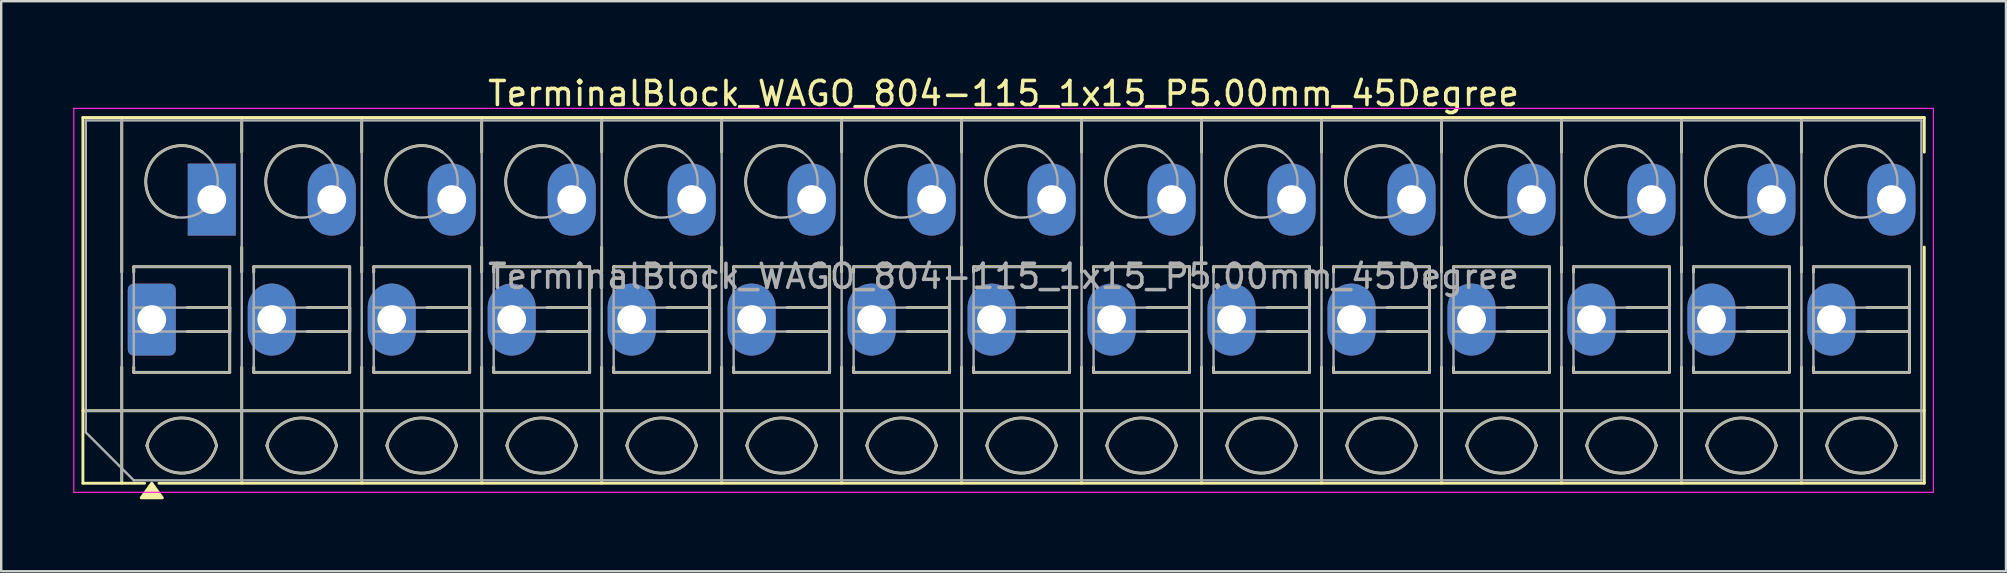
<source format=kicad_pcb>
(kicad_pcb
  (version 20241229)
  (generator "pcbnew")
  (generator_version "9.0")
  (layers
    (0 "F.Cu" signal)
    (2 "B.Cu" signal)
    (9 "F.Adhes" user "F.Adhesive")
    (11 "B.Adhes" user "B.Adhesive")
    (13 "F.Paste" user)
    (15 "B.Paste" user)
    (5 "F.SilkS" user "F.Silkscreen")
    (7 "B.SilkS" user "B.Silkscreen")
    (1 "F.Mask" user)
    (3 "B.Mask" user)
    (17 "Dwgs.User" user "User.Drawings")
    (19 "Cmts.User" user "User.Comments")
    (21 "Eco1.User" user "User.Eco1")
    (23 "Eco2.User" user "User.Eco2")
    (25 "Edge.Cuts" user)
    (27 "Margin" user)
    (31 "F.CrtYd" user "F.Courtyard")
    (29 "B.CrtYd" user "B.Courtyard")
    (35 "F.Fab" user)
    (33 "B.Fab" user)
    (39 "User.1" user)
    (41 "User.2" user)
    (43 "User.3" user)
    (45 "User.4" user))
  (footprint "TerminalBlock_WAGO_804-115_1x15_P5.00mm_45Degree"
    (layer "F.Cu")
    (at 3.275 10.268)
    (property "Reference" "TerminalBlock_WAGO_804-115_1x15_P5.00mm_45Degree" (at 35.5 -9.42 0) (layer "F.SilkS") (effects (font (size 1 1) (thickness 0.15))))
    (attr through_hole)
    (fp_line (start -2.87 -8.42) (end 73.87 -8.42) (stroke (width 0.12) (type solid)) (layer "F.SilkS"))
    (fp_line (start -2.87 3.8) (end 73.87 3.8) (stroke (width 0.12) (type solid)) (layer "F.SilkS"))
    (fp_line (start -2.87 6.82) (end -2.87 -8.42) (stroke (width 0.12) (type solid)) (layer "F.SilkS"))
    (fp_line (start -1.25 -8.42) (end -1.25 -1.98) (stroke (width 0.12) (type solid)) (layer "F.SilkS"))
    (fp_line (start -1.25 1.98) (end -1.25 6.82) (stroke (width 0.12) (type solid)) (layer "F.SilkS"))
    (fp_line (start -0.75 -2.2) (end 3.25 -2.2) (stroke (width 0.12) (type solid)) (layer "F.SilkS"))
    (fp_line (start -0.75 -1.98) (end -0.75 -2.2) (stroke (width 0.12) (type solid)) (layer "F.SilkS"))
    (fp_line (start -0.75 2.2) (end -0.75 1.98) (stroke (width 0.12) (type solid)) (layer "F.SilkS"))
    (fp_line (start -0.3 6.82) (end -2.87 6.82) (stroke (width 0.12) (type solid)) (layer "F.SilkS"))
    (fp_line (start 1.48 -0.5) (end 3.25 -0.5) (stroke (width 0.12) (type solid)) (layer "F.SilkS"))
    (fp_line (start 3.25 -2.2) (end 3.25 2.2) (stroke (width 0.12) (type solid)) (layer "F.SilkS"))
    (fp_line (start 3.25 -0.5) (end 3.25 0.5) (stroke (width 0.12) (type solid)) (layer "F.SilkS"))
    (fp_line (start 3.25 0.5) (end 1.48 0.5) (stroke (width 0.12) (type solid)) (layer "F.SilkS"))
    (fp_line (start 3.25 2.2) (end -0.75 2.2) (stroke (width 0.12) (type solid)) (layer "F.SilkS"))
    (fp_line (start 3.75 -8.42) (end 3.75 -6.98) (stroke (width 0.12) (type solid)) (layer "F.SilkS"))
    (fp_line (start 3.75 -3.02) (end 3.75 -1.98) (stroke (width 0.12) (type solid)) (layer "F.SilkS"))
    (fp_line (start 3.75 1.98) (end 3.75 6.82) (stroke (width 0.12) (type solid)) (layer "F.SilkS"))
    (fp_line (start 4.25 -2.2) (end 8.25 -2.2) (stroke (width 0.12) (type solid)) (layer "F.SilkS"))
    (fp_line (start 4.25 -1.98) (end 4.25 -2.2) (stroke (width 0.12) (type solid)) (layer "F.SilkS"))
    (fp_line (start 4.25 2.2) (end 4.25 1.98) (stroke (width 0.12) (type solid)) (layer "F.SilkS"))
    (fp_line (start 6.48 -0.5) (end 8.25 -0.5) (stroke (width 0.12) (type solid)) (layer "F.SilkS"))
    (fp_line (start 8.25 -2.2) (end 8.25 2.2) (stroke (width 0.12) (type solid)) (layer "F.SilkS"))
    (fp_line (start 8.25 -0.5) (end 8.25 0.5) (stroke (width 0.12) (type solid)) (layer "F.SilkS"))
    (fp_line (start 8.25 0.5) (end 6.48 0.5) (stroke (width 0.12) (type solid)) (layer "F.SilkS"))
    (fp_line (start 8.25 2.2) (end 4.25 2.2) (stroke (width 0.12) (type solid)) (layer "F.SilkS"))
    (fp_line (start 8.75 -8.42) (end 8.75 -6.98) (stroke (width 0.12) (type solid)) (layer "F.SilkS"))
    (fp_line (start 8.75 -3.02) (end 8.75 -1.98) (stroke (width 0.12) (type solid)) (layer "F.SilkS"))
    (fp_line (start 8.75 1.98) (end 8.75 6.82) (stroke (width 0.12) (type solid)) (layer "F.SilkS"))
    (fp_line (start 9.25 -2.2) (end 13.25 -2.2) (stroke (width 0.12) (type solid)) (layer "F.SilkS"))
    (fp_line (start 9.25 -1.98) (end 9.25 -2.2) (stroke (width 0.12) (type solid)) (layer "F.SilkS"))
    (fp_line (start 9.25 2.2) (end 9.25 1.98) (stroke (width 0.12) (type solid)) (layer "F.SilkS"))
    (fp_line (start 11.48 -0.5) (end 13.25 -0.5) (stroke (width 0.12) (type solid)) (layer "F.SilkS"))
    (fp_line (start 13.25 -2.2) (end 13.25 2.2) (stroke (width 0.12) (type solid)) (layer "F.SilkS"))
    (fp_line (start 13.25 -0.5) (end 13.25 0.5) (stroke (width 0.12) (type solid)) (layer "F.SilkS"))
    (fp_line (start 13.25 0.5) (end 11.48 0.5) (stroke (width 0.12) (type solid)) (layer "F.SilkS"))
    (fp_line (start 13.25 2.2) (end 9.25 2.2) (stroke (width 0.12) (type solid)) (layer "F.SilkS"))
    (fp_line (start 13.75 -8.42) (end 13.75 -6.98) (stroke (width 0.12) (type solid)) (layer "F.SilkS"))
    (fp_line (start 13.75 -3.02) (end 13.75 -1.98) (stroke (width 0.12) (type solid)) (layer "F.SilkS"))
    (fp_line (start 13.75 1.98) (end 13.75 6.82) (stroke (width 0.12) (type solid)) (layer "F.SilkS"))
    (fp_line (start 14.25 -2.2) (end 18.25 -2.2) (stroke (width 0.12) (type solid)) (layer "F.SilkS"))
    (fp_line (start 14.25 -1.98) (end 14.25 -2.2) (stroke (width 0.12) (type solid)) (layer "F.SilkS"))
    (fp_line (start 14.25 2.2) (end 14.25 1.98) (stroke (width 0.12) (type solid)) (layer "F.SilkS"))
    (fp_line (start 16.48 -0.5) (end 18.25 -0.5) (stroke (width 0.12) (type solid)) (layer "F.SilkS"))
    (fp_line (start 18.25 -2.2) (end 18.25 2.2) (stroke (width 0.12) (type solid)) (layer "F.SilkS"))
    (fp_line (start 18.25 -0.5) (end 18.25 0.5) (stroke (width 0.12) (type solid)) (layer "F.SilkS"))
    (fp_line (start 18.25 0.5) (end 16.48 0.5) (stroke (width 0.12) (type solid)) (layer "F.SilkS"))
    (fp_line (start 18.25 2.2) (end 14.25 2.2) (stroke (width 0.12) (type solid)) (layer "F.SilkS"))
    (fp_line (start 18.75 -8.42) (end 18.75 -6.98) (stroke (width 0.12) (type solid)) (layer "F.SilkS"))
    (fp_line (start 18.75 -3.02) (end 18.75 -1.98) (stroke (width 0.12) (type solid)) (layer "F.SilkS"))
    (fp_line (start 18.75 1.98) (end 18.75 6.82) (stroke (width 0.12) (type solid)) (layer "F.SilkS"))
    (fp_line (start 19.25 -2.2) (end 23.25 -2.2) (stroke (width 0.12) (type solid)) (layer "F.SilkS"))
    (fp_line (start 19.25 -1.98) (end 19.25 -2.2) (stroke (width 0.12) (type solid)) (layer "F.SilkS"))
    (fp_line (start 19.25 2.2) (end 19.25 1.98) (stroke (width 0.12) (type solid)) (layer "F.SilkS"))
    (fp_line (start 21.48 -0.5) (end 23.25 -0.5) (stroke (width 0.12) (type solid)) (layer "F.SilkS"))
    (fp_line (start 23.25 -2.2) (end 23.25 2.2) (stroke (width 0.12) (type solid)) (layer "F.SilkS"))
    (fp_line (start 23.25 -0.5) (end 23.25 0.5) (stroke (width 0.12) (type solid)) (layer "F.SilkS"))
    (fp_line (start 23.25 0.5) (end 21.48 0.5) (stroke (width 0.12) (type solid)) (layer "F.SilkS"))
    (fp_line (start 23.25 2.2) (end 19.25 2.2) (stroke (width 0.12) (type solid)) (layer "F.SilkS"))
    (fp_line (start 23.75 -8.42) (end 23.75 -6.98) (stroke (width 0.12) (type solid)) (layer "F.SilkS"))
    (fp_line (start 23.75 -3.02) (end 23.75 -1.98) (stroke (width 0.12) (type solid)) (layer "F.SilkS"))
    (fp_line (start 23.75 1.98) (end 23.75 6.82) (stroke (width 0.12) (type solid)) (layer "F.SilkS"))
    (fp_line (start 24.25 -2.2) (end 28.25 -2.2) (stroke (width 0.12) (type solid)) (layer "F.SilkS"))
    (fp_line (start 24.25 -1.98) (end 24.25 -2.2) (stroke (width 0.12) (type solid)) (layer "F.SilkS"))
    (fp_line (start 24.25 2.2) (end 24.25 1.98) (stroke (width 0.12) (type solid)) (layer "F.SilkS"))
    (fp_line (start 26.48 -0.5) (end 28.25 -0.5) (stroke (width 0.12) (type solid)) (layer "F.SilkS"))
    (fp_line (start 28.25 -2.2) (end 28.25 2.2) (stroke (width 0.12) (type solid)) (layer "F.SilkS"))
    (fp_line (start 28.25 -0.5) (end 28.25 0.5) (stroke (width 0.12) (type solid)) (layer "F.SilkS"))
    (fp_line (start 28.25 0.5) (end 26.48 0.5) (stroke (width 0.12) (type solid)) (layer "F.SilkS"))
    (fp_line (start 28.25 2.2) (end 24.25 2.2) (stroke (width 0.12) (type solid)) (layer "F.SilkS"))
    (fp_line (start 28.75 -8.42) (end 28.75 -6.98) (stroke (width 0.12) (type solid)) (layer "F.SilkS"))
    (fp_line (start 28.75 -3.02) (end 28.75 -1.98) (stroke (width 0.12) (type solid)) (layer "F.SilkS"))
    (fp_line (start 28.75 1.98) (end 28.75 6.82) (stroke (width 0.12) (type solid)) (layer "F.SilkS"))
    (fp_line (start 29.25 -2.2) (end 33.25 -2.2) (stroke (width 0.12) (type solid)) (layer "F.SilkS"))
    (fp_line (start 29.25 -1.98) (end 29.25 -2.2) (stroke (width 0.12) (type solid)) (layer "F.SilkS"))
    (fp_line (start 29.25 2.2) (end 29.25 1.98) (stroke (width 0.12) (type solid)) (layer "F.SilkS"))
    (fp_line (start 31.48 -0.5) (end 33.25 -0.5) (stroke (width 0.12) (type solid)) (layer "F.SilkS"))
    (fp_line (start 33.25 -2.2) (end 33.25 2.2) (stroke (width 0.12) (type solid)) (layer "F.SilkS"))
    (fp_line (start 33.25 -0.5) (end 33.25 0.5) (stroke (width 0.12) (type solid)) (layer "F.SilkS"))
    (fp_line (start 33.25 0.5) (end 31.48 0.5) (stroke (width 0.12) (type solid)) (layer "F.SilkS"))
    (fp_line (start 33.25 2.2) (end 29.25 2.2) (stroke (width 0.12) (type solid)) (layer "F.SilkS"))
    (fp_line (start 33.75 -8.42) (end 33.75 -6.98) (stroke (width 0.12) (type solid)) (layer "F.SilkS"))
    (fp_line (start 33.75 -3.02) (end 33.75 -1.98) (stroke (width 0.12) (type solid)) (layer "F.SilkS"))
    (fp_line (start 33.75 1.98) (end 33.75 6.82) (stroke (width 0.12) (type solid)) (layer "F.SilkS"))
    (fp_line (start 34.25 -2.2) (end 38.25 -2.2) (stroke (width 0.12) (type solid)) (layer "F.SilkS"))
    (fp_line (start 34.25 -1.98) (end 34.25 -2.2) (stroke (width 0.12) (type solid)) (layer "F.SilkS"))
    (fp_line (start 34.25 2.2) (end 34.25 1.98) (stroke (width 0.12) (type solid)) (layer "F.SilkS"))
    (fp_line (start 36.48 -0.5) (end 38.25 -0.5) (stroke (width 0.12) (type solid)) (layer "F.SilkS"))
    (fp_line (start 38.25 -2.2) (end 38.25 2.2) (stroke (width 0.12) (type solid)) (layer "F.SilkS"))
    (fp_line (start 38.25 -0.5) (end 38.25 0.5) (stroke (width 0.12) (type solid)) (layer "F.SilkS"))
    (fp_line (start 38.25 0.5) (end 36.48 0.5) (stroke (width 0.12) (type solid)) (layer "F.SilkS"))
    (fp_line (start 38.25 2.2) (end 34.25 2.2) (stroke (width 0.12) (type solid)) (layer "F.SilkS"))
    (fp_line (start 38.75 -8.42) (end 38.75 -6.98) (stroke (width 0.12) (type solid)) (layer "F.SilkS"))
    (fp_line (start 38.75 -3.02) (end 38.75 -1.98) (stroke (width 0.12) (type solid)) (layer "F.SilkS"))
    (fp_line (start 38.75 1.98) (end 38.75 6.82) (stroke (width 0.12) (type solid)) (layer "F.SilkS"))
    (fp_line (start 39.25 -2.2) (end 43.25 -2.2) (stroke (width 0.12) (type solid)) (layer "F.SilkS"))
    (fp_line (start 39.25 -1.98) (end 39.25 -2.2) (stroke (width 0.12) (type solid)) (layer "F.SilkS"))
    (fp_line (start 39.25 2.2) (end 39.25 1.98) (stroke (width 0.12) (type solid)) (layer "F.SilkS"))
    (fp_line (start 41.48 -0.5) (end 43.25 -0.5) (stroke (width 0.12) (type solid)) (layer "F.SilkS"))
    (fp_line (start 43.25 -2.2) (end 43.25 2.2) (stroke (width 0.12) (type solid)) (layer "F.SilkS"))
    (fp_line (start 43.25 -0.5) (end 43.25 0.5) (stroke (width 0.12) (type solid)) (layer "F.SilkS"))
    (fp_line (start 43.25 0.5) (end 41.48 0.5) (stroke (width 0.12) (type solid)) (layer "F.SilkS"))
    (fp_line (start 43.25 2.2) (end 39.25 2.2) (stroke (width 0.12) (type solid)) (layer "F.SilkS"))
    (fp_line (start 43.75 -8.42) (end 43.75 -6.98) (stroke (width 0.12) (type solid)) (layer "F.SilkS"))
    (fp_line (start 43.75 -3.02) (end 43.75 -1.98) (stroke (width 0.12) (type solid)) (layer "F.SilkS"))
    (fp_line (start 43.75 1.98) (end 43.75 6.82) (stroke (width 0.12) (type solid)) (layer "F.SilkS"))
    (fp_line (start 44.25 -2.2) (end 48.25 -2.2) (stroke (width 0.12) (type solid)) (layer "F.SilkS"))
    (fp_line (start 44.25 -1.98) (end 44.25 -2.2) (stroke (width 0.12) (type solid)) (layer "F.SilkS"))
    (fp_line (start 44.25 2.2) (end 44.25 1.98) (stroke (width 0.12) (type solid)) (layer "F.SilkS"))
    (fp_line (start 46.48 -0.5) (end 48.25 -0.5) (stroke (width 0.12) (type solid)) (layer "F.SilkS"))
    (fp_line (start 48.25 -2.2) (end 48.25 2.2) (stroke (width 0.12) (type solid)) (layer "F.SilkS"))
    (fp_line (start 48.25 -0.5) (end 48.25 0.5) (stroke (width 0.12) (type solid)) (layer "F.SilkS"))
    (fp_line (start 48.25 0.5) (end 46.48 0.5) (stroke (width 0.12) (type solid)) (layer "F.SilkS"))
    (fp_line (start 48.25 2.2) (end 44.25 2.2) (stroke (width 0.12) (type solid)) (layer "F.SilkS"))
    (fp_line (start 48.75 -8.42) (end 48.75 -6.98) (stroke (width 0.12) (type solid)) (layer "F.SilkS"))
    (fp_line (start 48.75 -3.02) (end 48.75 -1.98) (stroke (width 0.12) (type solid)) (layer "F.SilkS"))
    (fp_line (start 48.75 1.98) (end 48.75 6.82) (stroke (width 0.12) (type solid)) (layer "F.SilkS"))
    (fp_line (start 49.25 -2.2) (end 53.25 -2.2) (stroke (width 0.12) (type solid)) (layer "F.SilkS"))
    (fp_line (start 49.25 -1.98) (end 49.25 -2.2) (stroke (width 0.12) (type solid)) (layer "F.SilkS"))
    (fp_line (start 49.25 2.2) (end 49.25 1.98) (stroke (width 0.12) (type solid)) (layer "F.SilkS"))
    (fp_line (start 51.48 -0.5) (end 53.25 -0.5) (stroke (width 0.12) (type solid)) (layer "F.SilkS"))
    (fp_line (start 53.25 -2.2) (end 53.25 2.2) (stroke (width 0.12) (type solid)) (layer "F.SilkS"))
    (fp_line (start 53.25 -0.5) (end 53.25 0.5) (stroke (width 0.12) (type solid)) (layer "F.SilkS"))
    (fp_line (start 53.25 0.5) (end 51.48 0.5) (stroke (width 0.12) (type solid)) (layer "F.SilkS"))
    (fp_line (start 53.25 2.2) (end 49.25 2.2) (stroke (width 0.12) (type solid)) (layer "F.SilkS"))
    (fp_line (start 53.75 -8.42) (end 53.75 -6.98) (stroke (width 0.12) (type solid)) (layer "F.SilkS"))
    (fp_line (start 53.75 -3.02) (end 53.75 -1.98) (stroke (width 0.12) (type solid)) (layer "F.SilkS"))
    (fp_line (start 53.75 1.98) (end 53.75 6.82) (stroke (width 0.12) (type solid)) (layer "F.SilkS"))
    (fp_line (start 54.25 -2.2) (end 58.25 -2.2) (stroke (width 0.12) (type solid)) (layer "F.SilkS"))
    (fp_line (start 54.25 -1.98) (end 54.25 -2.2) (stroke (width 0.12) (type solid)) (layer "F.SilkS"))
    (fp_line (start 54.25 2.2) (end 54.25 1.98) (stroke (width 0.12) (type solid)) (layer "F.SilkS"))
    (fp_line (start 56.48 -0.5) (end 58.25 -0.5) (stroke (width 0.12) (type solid)) (layer "F.SilkS"))
    (fp_line (start 58.25 -2.2) (end 58.25 2.2) (stroke (width 0.12) (type solid)) (layer "F.SilkS"))
    (fp_line (start 58.25 -0.5) (end 58.25 0.5) (stroke (width 0.12) (type solid)) (layer "F.SilkS"))
    (fp_line (start 58.25 0.5) (end 56.48 0.5) (stroke (width 0.12) (type solid)) (layer "F.SilkS"))
    (fp_line (start 58.25 2.2) (end 54.25 2.2) (stroke (width 0.12) (type solid)) (layer "F.SilkS"))
    (fp_line (start 58.75 -8.42) (end 58.75 -6.98) (stroke (width 0.12) (type solid)) (layer "F.SilkS"))
    (fp_line (start 58.75 -3.02) (end 58.75 -1.98) (stroke (width 0.12) (type solid)) (layer "F.SilkS"))
    (fp_line (start 58.75 1.98) (end 58.75 6.82) (stroke (width 0.12) (type solid)) (layer "F.SilkS"))
    (fp_line (start 59.25 -2.2) (end 63.25 -2.2) (stroke (width 0.12) (type solid)) (layer "F.SilkS"))
    (fp_line (start 59.25 -1.98) (end 59.25 -2.2) (stroke (width 0.12) (type solid)) (layer "F.SilkS"))
    (fp_line (start 59.25 2.2) (end 59.25 1.98) (stroke (width 0.12) (type solid)) (layer "F.SilkS"))
    (fp_line (start 61.48 -0.5) (end 63.25 -0.5) (stroke (width 0.12) (type solid)) (layer "F.SilkS"))
    (fp_line (start 63.25 -2.2) (end 63.25 2.2) (stroke (width 0.12) (type solid)) (layer "F.SilkS"))
    (fp_line (start 63.25 -0.5) (end 63.25 0.5) (stroke (width 0.12) (type solid)) (layer "F.SilkS"))
    (fp_line (start 63.25 0.5) (end 61.48 0.5) (stroke (width 0.12) (type solid)) (layer "F.SilkS"))
    (fp_line (start 63.25 2.2) (end 59.25 2.2) (stroke (width 0.12) (type solid)) (layer "F.SilkS"))
    (fp_line (start 63.75 -8.42) (end 63.75 -6.98) (stroke (width 0.12) (type solid)) (layer "F.SilkS"))
    (fp_line (start 63.75 -3.02) (end 63.75 -1.98) (stroke (width 0.12) (type solid)) (layer "F.SilkS"))
    (fp_line (start 63.75 1.98) (end 63.75 6.82) (stroke (width 0.12) (type solid)) (layer "F.SilkS"))
    (fp_line (start 64.25 -2.2) (end 68.25 -2.2) (stroke (width 0.12) (type solid)) (layer "F.SilkS"))
    (fp_line (start 64.25 -1.98) (end 64.25 -2.2) (stroke (width 0.12) (type solid)) (layer "F.SilkS"))
    (fp_line (start 64.25 2.2) (end 64.25 1.98) (stroke (width 0.12) (type solid)) (layer "F.SilkS"))
    (fp_line (start 66.48 -0.5) (end 68.25 -0.5) (stroke (width 0.12) (type solid)) (layer "F.SilkS"))
    (fp_line (start 68.25 -2.2) (end 68.25 2.2) (stroke (width 0.12) (type solid)) (layer "F.SilkS"))
    (fp_line (start 68.25 -0.5) (end 68.25 0.5) (stroke (width 0.12) (type solid)) (layer "F.SilkS"))
    (fp_line (start 68.25 0.5) (end 66.48 0.5) (stroke (width 0.12) (type solid)) (layer "F.SilkS"))
    (fp_line (start 68.25 2.2) (end 64.25 2.2) (stroke (width 0.12) (type solid)) (layer "F.SilkS"))
    (fp_line (start 68.75 -8.42) (end 68.75 -6.98) (stroke (width 0.12) (type solid)) (layer "F.SilkS"))
    (fp_line (start 68.75 -3.02) (end 68.75 -1.98) (stroke (width 0.12) (type solid)) (layer "F.SilkS"))
    (fp_line (start 68.75 1.98) (end 68.75 6.82) (stroke (width 0.12) (type solid)) (layer "F.SilkS"))
    (fp_line (start 69.25 -2.2) (end 73.25 -2.2) (stroke (width 0.12) (type solid)) (layer "F.SilkS"))
    (fp_line (start 69.25 -1.98) (end 69.25 -2.2) (stroke (width 0.12) (type solid)) (layer "F.SilkS"))
    (fp_line (start 69.25 2.2) (end 69.25 1.98) (stroke (width 0.12) (type solid)) (layer "F.SilkS"))
    (fp_line (start 71.48 -0.5) (end 73.25 -0.5) (stroke (width 0.12) (type solid)) (layer "F.SilkS"))
    (fp_line (start 73.25 -2.2) (end 73.25 2.2) (stroke (width 0.12) (type solid)) (layer "F.SilkS"))
    (fp_line (start 73.25 -0.5) (end 73.25 0.5) (stroke (width 0.12) (type solid)) (layer "F.SilkS"))
    (fp_line (start 73.25 0.5) (end 71.48 0.5) (stroke (width 0.12) (type solid)) (layer "F.SilkS"))
    (fp_line (start 73.25 2.2) (end 69.25 2.2) (stroke (width 0.12) (type solid)) (layer "F.SilkS"))
    (fp_line (start 73.87 -8.42) (end 73.87 -6.98) (stroke (width 0.12) (type solid)) (layer "F.SilkS"))
    (fp_line (start 73.87 -3.02) (end 73.87 6.82) (stroke (width 0.12) (type solid)) (layer "F.SilkS"))
    (fp_line (start 73.87 6.82) (end 0.3 6.82) (stroke (width 0.12) (type solid)) (layer "F.SilkS"))
    (fp_arc (start -0.2 5.25) (mid 1.25 4.1) (end 2.7 5.25) (stroke (width 0.12) (type solid)) (layer "F.SilkS"))
    (fp_arc (start 1.02 -4.268) (mid -0.141916 -6.309209) (end 2.109 -6.98) (stroke (width 0.12) (type solid)) (layer "F.SilkS"))
    (fp_arc (start 2.7 5.25) (mid 1.25 6.4) (end -0.2 5.25) (stroke (width 0.12) (type solid)) (layer "F.SilkS"))
    (fp_arc (start 4.8 5.25) (mid 6.25 4.1) (end 7.7 5.25) (stroke (width 0.12) (type solid)) (layer "F.SilkS"))
    (fp_arc (start 6.02 -4.268) (mid 4.858084 -6.309209) (end 7.109 -6.98) (stroke (width 0.12) (type solid)) (layer "F.SilkS"))
    (fp_arc (start 7.7 5.25) (mid 6.25 6.4) (end 4.8 5.25) (stroke (width 0.12) (type solid)) (layer "F.SilkS"))
    (fp_arc (start 9.8 5.25) (mid 11.25 4.1) (end 12.7 5.25) (stroke (width 0.12) (type solid)) (layer "F.SilkS"))
    (fp_arc (start 11.02 -4.268) (mid 9.858084 -6.309209) (end 12.109 -6.98) (stroke (width 0.12) (type solid)) (layer "F.SilkS"))
    (fp_arc (start 12.7 5.25) (mid 11.25 6.4) (end 9.8 5.25) (stroke (width 0.12) (type solid)) (layer "F.SilkS"))
    (fp_arc (start 14.8 5.25) (mid 16.25 4.1) (end 17.7 5.25) (stroke (width 0.12) (type solid)) (layer "F.SilkS"))
    (fp_arc (start 16.02 -4.268) (mid 14.858084 -6.309209) (end 17.109 -6.98) (stroke (width 0.12) (type solid)) (layer "F.SilkS"))
    (fp_arc (start 17.7 5.25) (mid 16.25 6.4) (end 14.8 5.25) (stroke (width 0.12) (type solid)) (layer "F.SilkS"))
    (fp_arc (start 19.8 5.25) (mid 21.25 4.1) (end 22.7 5.25) (stroke (width 0.12) (type solid)) (layer "F.SilkS"))
    (fp_arc (start 21.02 -4.268) (mid 19.858084 -6.309209) (end 22.109 -6.98) (stroke (width 0.12) (type solid)) (layer "F.SilkS"))
    (fp_arc (start 22.7 5.25) (mid 21.25 6.4) (end 19.8 5.25) (stroke (width 0.12) (type solid)) (layer "F.SilkS"))
    (fp_arc (start 24.8 5.25) (mid 26.25 4.1) (end 27.7 5.25) (stroke (width 0.12) (type solid)) (layer "F.SilkS"))
    (fp_arc (start 26.02 -4.268) (mid 24.858084 -6.309209) (end 27.109 -6.98) (stroke (width 0.12) (type solid)) (layer "F.SilkS"))
    (fp_arc (start 27.7 5.25) (mid 26.25 6.4) (end 24.8 5.25) (stroke (width 0.12) (type solid)) (layer "F.SilkS"))
    (fp_arc (start 29.8 5.25) (mid 31.25 4.1) (end 32.7 5.25) (stroke (width 0.12) (type solid)) (layer "F.SilkS"))
    (fp_arc (start 31.02 -4.268) (mid 29.858084 -6.309209) (end 32.109 -6.98) (stroke (width 0.12) (type solid)) (layer "F.SilkS"))
    (fp_arc (start 32.7 5.25) (mid 31.25 6.4) (end 29.8 5.25) (stroke (width 0.12) (type solid)) (layer "F.SilkS"))
    (fp_arc (start 34.8 5.25) (mid 36.25 4.1) (end 37.7 5.25) (stroke (width 0.12) (type solid)) (layer "F.SilkS"))
    (fp_arc (start 36.02 -4.268) (mid 34.858084 -6.309209) (end 37.109 -6.98) (stroke (width 0.12) (type solid)) (layer "F.SilkS"))
    (fp_arc (start 37.7 5.25) (mid 36.25 6.4) (end 34.8 5.25) (stroke (width 0.12) (type solid)) (layer "F.SilkS"))
    (fp_arc (start 39.8 5.25) (mid 41.25 4.1) (end 42.7 5.25) (stroke (width 0.12) (type solid)) (layer "F.SilkS"))
    (fp_arc (start 41.02 -4.268) (mid 39.858084 -6.309209) (end 42.109 -6.98) (stroke (width 0.12) (type solid)) (layer "F.SilkS"))
    (fp_arc (start 42.7 5.25) (mid 41.25 6.4) (end 39.8 5.25) (stroke (width 0.12) (type solid)) (layer "F.SilkS"))
    (fp_arc (start 44.8 5.25) (mid 46.25 4.1) (end 47.7 5.25) (stroke (width 0.12) (type solid)) (layer "F.SilkS"))
    (fp_arc (start 46.02 -4.268) (mid 44.858084 -6.309209) (end 47.109 -6.98) (stroke (width 0.12) (type solid)) (layer "F.SilkS"))
    (fp_arc (start 47.7 5.25) (mid 46.25 6.4) (end 44.8 5.25) (stroke (width 0.12) (type solid)) (layer "F.SilkS"))
    (fp_arc (start 49.8 5.25) (mid 51.25 4.1) (end 52.7 5.25) (stroke (width 0.12) (type solid)) (layer "F.SilkS"))
    (fp_arc (start 51.02 -4.268) (mid 49.858084 -6.309209) (end 52.109 -6.98) (stroke (width 0.12) (type solid)) (layer "F.SilkS"))
    (fp_arc (start 52.7 5.25) (mid 51.25 6.4) (end 49.8 5.25) (stroke (width 0.12) (type solid)) (layer "F.SilkS"))
    (fp_arc (start 54.8 5.25) (mid 56.25 4.1) (end 57.7 5.25) (stroke (width 0.12) (type solid)) (layer "F.SilkS"))
    (fp_arc (start 56.02 -4.268) (mid 54.858084 -6.309209) (end 57.109 -6.98) (stroke (width 0.12) (type solid)) (layer "F.SilkS"))
    (fp_arc (start 57.7 5.25) (mid 56.25 6.4) (end 54.8 5.25) (stroke (width 0.12) (type solid)) (layer "F.SilkS"))
    (fp_arc (start 59.8 5.25) (mid 61.25 4.1) (end 62.7 5.25) (stroke (width 0.12) (type solid)) (layer "F.SilkS"))
    (fp_arc (start 61.02 -4.268) (mid 59.858084 -6.309209) (end 62.109 -6.98) (stroke (width 0.12) (type solid)) (layer "F.SilkS"))
    (fp_arc (start 62.7 5.25) (mid 61.25 6.4) (end 59.8 5.25) (stroke (width 0.12) (type solid)) (layer "F.SilkS"))
    (fp_arc (start 64.8 5.25) (mid 66.25 4.1) (end 67.7 5.25) (stroke (width 0.12) (type solid)) (layer "F.SilkS"))
    (fp_arc (start 66.02 -4.268) (mid 64.858084 -6.309209) (end 67.109 -6.98) (stroke (width 0.12) (type solid)) (layer "F.SilkS"))
    (fp_arc (start 67.7 5.25) (mid 66.25 6.4) (end 64.8 5.25) (stroke (width 0.12) (type solid)) (layer "F.SilkS"))
    (fp_arc (start 69.8 5.25) (mid 71.25 4.1) (end 72.7 5.25) (stroke (width 0.12) (type solid)) (layer "F.SilkS"))
    (fp_arc (start 71.02 -4.268) (mid 69.858084 -6.309209) (end 72.109 -6.98) (stroke (width 0.12) (type solid)) (layer "F.SilkS"))
    (fp_arc (start 72.7 5.25) (mid 71.25 6.4) (end 69.8 5.25) (stroke (width 0.12) (type solid)) (layer "F.SilkS"))
    (fp_poly (pts (xy 0 6.82) (xy 0.44 7.43) (xy -0.44 7.43)) (stroke (width 0.12) (type solid)) (fill yes) (layer "F.SilkS"))
    (fp_line (start -3.25 -8.8) (end -3.25 7.2) (stroke (width 0.05) (type solid)) (layer "F.CrtYd"))
    (fp_line (start -3.25 7.2) (end 74.25 7.2) (stroke (width 0.05) (type solid)) (layer "F.CrtYd"))
    (fp_line (start 74.25 -8.8) (end -3.25 -8.8) (stroke (width 0.05) (type solid)) (layer "F.CrtYd"))
    (fp_line (start 74.25 7.2) (end 74.25 -8.8) (stroke (width 0.05) (type solid)) (layer "F.CrtYd"))
    (fp_line (start -2.75 -8.3) (end 73.75 -8.3) (stroke (width 0.1) (type solid)) (layer "F.Fab"))
    (fp_line (start -2.75 3.8) (end 73.75 3.8) (stroke (width 0.1) (type solid)) (layer "F.Fab"))
    (fp_line (start -2.75 4.7) (end -2.75 -8.3) (stroke (width 0.1) (type solid)) (layer "F.Fab"))
    (fp_line (start -1.25 -8.3) (end -1.25 6.7) (stroke (width 0.1) (type solid)) (layer "F.Fab"))
    (fp_line (start -0.75 -2.2) (end -0.75 2.2) (stroke (width 0.1) (type solid)) (layer "F.Fab"))
    (fp_line (start -0.75 -0.5) (end -0.75 0.5) (stroke (width 0.1) (type solid)) (layer "F.Fab"))
    (fp_line (start -0.75 0.5) (end 3.25 0.5) (stroke (width 0.1) (type solid)) (layer "F.Fab"))
    (fp_line (start -0.75 2.2) (end 3.25 2.2) (stroke (width 0.1) (type solid)) (layer "F.Fab"))
    (fp_line (start -0.75 6.7) (end -2.75 4.7) (stroke (width 0.1) (type solid)) (layer "F.Fab"))
    (fp_line (start 3.25 -2.2) (end -0.75 -2.2) (stroke (width 0.1) (type solid)) (layer "F.Fab"))
    (fp_line (start 3.25 -0.5) (end -0.75 -0.5) (stroke (width 0.1) (type solid)) (layer "F.Fab"))
    (fp_line (start 3.25 0.5) (end 3.25 -0.5) (stroke (width 0.1) (type solid)) (layer "F.Fab"))
    (fp_line (start 3.25 2.2) (end 3.25 -2.2) (stroke (width 0.1) (type solid)) (layer "F.Fab"))
    (fp_line (start 3.75 -8.3) (end 3.75 6.7) (stroke (width 0.1) (type solid)) (layer "F.Fab"))
    (fp_line (start 4.25 -2.2) (end 4.25 2.2) (stroke (width 0.1) (type solid)) (layer "F.Fab"))
    (fp_line (start 4.25 -0.5) (end 4.25 0.5) (stroke (width 0.1) (type solid)) (layer "F.Fab"))
    (fp_line (start 4.25 0.5) (end 8.25 0.5) (stroke (width 0.1) (type solid)) (layer "F.Fab"))
    (fp_line (start 4.25 2.2) (end 8.25 2.2) (stroke (width 0.1) (type solid)) (layer "F.Fab"))
    (fp_line (start 8.25 -2.2) (end 4.25 -2.2) (stroke (width 0.1) (type solid)) (layer "F.Fab"))
    (fp_line (start 8.25 -0.5) (end 4.25 -0.5) (stroke (width 0.1) (type solid)) (layer "F.Fab"))
    (fp_line (start 8.25 0.5) (end 8.25 -0.5) (stroke (width 0.1) (type solid)) (layer "F.Fab"))
    (fp_line (start 8.25 2.2) (end 8.25 -2.2) (stroke (width 0.1) (type solid)) (layer "F.Fab"))
    (fp_line (start 8.75 -8.3) (end 8.75 6.7) (stroke (width 0.1) (type solid)) (layer "F.Fab"))
    (fp_line (start 9.25 -2.2) (end 9.25 2.2) (stroke (width 0.1) (type solid)) (layer "F.Fab"))
    (fp_line (start 9.25 -0.5) (end 9.25 0.5) (stroke (width 0.1) (type solid)) (layer "F.Fab"))
    (fp_line (start 9.25 0.5) (end 13.25 0.5) (stroke (width 0.1) (type solid)) (layer "F.Fab"))
    (fp_line (start 9.25 2.2) (end 13.25 2.2) (stroke (width 0.1) (type solid)) (layer "F.Fab"))
    (fp_line (start 13.25 -2.2) (end 9.25 -2.2) (stroke (width 0.1) (type solid)) (layer "F.Fab"))
    (fp_line (start 13.25 -0.5) (end 9.25 -0.5) (stroke (width 0.1) (type solid)) (layer "F.Fab"))
    (fp_line (start 13.25 0.5) (end 13.25 -0.5) (stroke (width 0.1) (type solid)) (layer "F.Fab"))
    (fp_line (start 13.25 2.2) (end 13.25 -2.2) (stroke (width 0.1) (type solid)) (layer "F.Fab"))
    (fp_line (start 13.75 -8.3) (end 13.75 6.7) (stroke (width 0.1) (type solid)) (layer "F.Fab"))
    (fp_line (start 14.25 -2.2) (end 14.25 2.2) (stroke (width 0.1) (type solid)) (layer "F.Fab"))
    (fp_line (start 14.25 -0.5) (end 14.25 0.5) (stroke (width 0.1) (type solid)) (layer "F.Fab"))
    (fp_line (start 14.25 0.5) (end 18.25 0.5) (stroke (width 0.1) (type solid)) (layer "F.Fab"))
    (fp_line (start 14.25 2.2) (end 18.25 2.2) (stroke (width 0.1) (type solid)) (layer "F.Fab"))
    (fp_line (start 18.25 -2.2) (end 14.25 -2.2) (stroke (width 0.1) (type solid)) (layer "F.Fab"))
    (fp_line (start 18.25 -0.5) (end 14.25 -0.5) (stroke (width 0.1) (type solid)) (layer "F.Fab"))
    (fp_line (start 18.25 0.5) (end 18.25 -0.5) (stroke (width 0.1) (type solid)) (layer "F.Fab"))
    (fp_line (start 18.25 2.2) (end 18.25 -2.2) (stroke (width 0.1) (type solid)) (layer "F.Fab"))
    (fp_line (start 18.75 -8.3) (end 18.75 6.7) (stroke (width 0.1) (type solid)) (layer "F.Fab"))
    (fp_line (start 19.25 -2.2) (end 19.25 2.2) (stroke (width 0.1) (type solid)) (layer "F.Fab"))
    (fp_line (start 19.25 -0.5) (end 19.25 0.5) (stroke (width 0.1) (type solid)) (layer "F.Fab"))
    (fp_line (start 19.25 0.5) (end 23.25 0.5) (stroke (width 0.1) (type solid)) (layer "F.Fab"))
    (fp_line (start 19.25 2.2) (end 23.25 2.2) (stroke (width 0.1) (type solid)) (layer "F.Fab"))
    (fp_line (start 23.25 -2.2) (end 19.25 -2.2) (stroke (width 0.1) (type solid)) (layer "F.Fab"))
    (fp_line (start 23.25 -0.5) (end 19.25 -0.5) (stroke (width 0.1) (type solid)) (layer "F.Fab"))
    (fp_line (start 23.25 0.5) (end 23.25 -0.5) (stroke (width 0.1) (type solid)) (layer "F.Fab"))
    (fp_line (start 23.25 2.2) (end 23.25 -2.2) (stroke (width 0.1) (type solid)) (layer "F.Fab"))
    (fp_line (start 23.75 -8.3) (end 23.75 6.7) (stroke (width 0.1) (type solid)) (layer "F.Fab"))
    (fp_line (start 24.25 -2.2) (end 24.25 2.2) (stroke (width 0.1) (type solid)) (layer "F.Fab"))
    (fp_line (start 24.25 -0.5) (end 24.25 0.5) (stroke (width 0.1) (type solid)) (layer "F.Fab"))
    (fp_line (start 24.25 0.5) (end 28.25 0.5) (stroke (width 0.1) (type solid)) (layer "F.Fab"))
    (fp_line (start 24.25 2.2) (end 28.25 2.2) (stroke (width 0.1) (type solid)) (layer "F.Fab"))
    (fp_line (start 28.25 -2.2) (end 24.25 -2.2) (stroke (width 0.1) (type solid)) (layer "F.Fab"))
    (fp_line (start 28.25 -0.5) (end 24.25 -0.5) (stroke (width 0.1) (type solid)) (layer "F.Fab"))
    (fp_line (start 28.25 0.5) (end 28.25 -0.5) (stroke (width 0.1) (type solid)) (layer "F.Fab"))
    (fp_line (start 28.25 2.2) (end 28.25 -2.2) (stroke (width 0.1) (type solid)) (layer "F.Fab"))
    (fp_line (start 28.75 -8.3) (end 28.75 6.7) (stroke (width 0.1) (type solid)) (layer "F.Fab"))
    (fp_line (start 29.25 -2.2) (end 29.25 2.2) (stroke (width 0.1) (type solid)) (layer "F.Fab"))
    (fp_line (start 29.25 -0.5) (end 29.25 0.5) (stroke (width 0.1) (type solid)) (layer "F.Fab"))
    (fp_line (start 29.25 0.5) (end 33.25 0.5) (stroke (width 0.1) (type solid)) (layer "F.Fab"))
    (fp_line (start 29.25 2.2) (end 33.25 2.2) (stroke (width 0.1) (type solid)) (layer "F.Fab"))
    (fp_line (start 33.25 -2.2) (end 29.25 -2.2) (stroke (width 0.1) (type solid)) (layer "F.Fab"))
    (fp_line (start 33.25 -0.5) (end 29.25 -0.5) (stroke (width 0.1) (type solid)) (layer "F.Fab"))
    (fp_line (start 33.25 0.5) (end 33.25 -0.5) (stroke (width 0.1) (type solid)) (layer "F.Fab"))
    (fp_line (start 33.25 2.2) (end 33.25 -2.2) (stroke (width 0.1) (type solid)) (layer "F.Fab"))
    (fp_line (start 33.75 -8.3) (end 33.75 6.7) (stroke (width 0.1) (type solid)) (layer "F.Fab"))
    (fp_line (start 34.25 -2.2) (end 34.25 2.2) (stroke (width 0.1) (type solid)) (layer "F.Fab"))
    (fp_line (start 34.25 -0.5) (end 34.25 0.5) (stroke (width 0.1) (type solid)) (layer "F.Fab"))
    (fp_line (start 34.25 0.5) (end 38.25 0.5) (stroke (width 0.1) (type solid)) (layer "F.Fab"))
    (fp_line (start 34.25 2.2) (end 38.25 2.2) (stroke (width 0.1) (type solid)) (layer "F.Fab"))
    (fp_line (start 38.25 -2.2) (end 34.25 -2.2) (stroke (width 0.1) (type solid)) (layer "F.Fab"))
    (fp_line (start 38.25 -0.5) (end 34.25 -0.5) (stroke (width 0.1) (type solid)) (layer "F.Fab"))
    (fp_line (start 38.25 0.5) (end 38.25 -0.5) (stroke (width 0.1) (type solid)) (layer "F.Fab"))
    (fp_line (start 38.25 2.2) (end 38.25 -2.2) (stroke (width 0.1) (type solid)) (layer "F.Fab"))
    (fp_line (start 38.75 -8.3) (end 38.75 6.7) (stroke (width 0.1) (type solid)) (layer "F.Fab"))
    (fp_line (start 39.25 -2.2) (end 39.25 2.2) (stroke (width 0.1) (type solid)) (layer "F.Fab"))
    (fp_line (start 39.25 -0.5) (end 39.25 0.5) (stroke (width 0.1) (type solid)) (layer "F.Fab"))
    (fp_line (start 39.25 0.5) (end 43.25 0.5) (stroke (width 0.1) (type solid)) (layer "F.Fab"))
    (fp_line (start 39.25 2.2) (end 43.25 2.2) (stroke (width 0.1) (type solid)) (layer "F.Fab"))
    (fp_line (start 43.25 -2.2) (end 39.25 -2.2) (stroke (width 0.1) (type solid)) (layer "F.Fab"))
    (fp_line (start 43.25 -0.5) (end 39.25 -0.5) (stroke (width 0.1) (type solid)) (layer "F.Fab"))
    (fp_line (start 43.25 0.5) (end 43.25 -0.5) (stroke (width 0.1) (type solid)) (layer "F.Fab"))
    (fp_line (start 43.25 2.2) (end 43.25 -2.2) (stroke (width 0.1) (type solid)) (layer "F.Fab"))
    (fp_line (start 43.75 -8.3) (end 43.75 6.7) (stroke (width 0.1) (type solid)) (layer "F.Fab"))
    (fp_line (start 44.25 -2.2) (end 44.25 2.2) (stroke (width 0.1) (type solid)) (layer "F.Fab"))
    (fp_line (start 44.25 -0.5) (end 44.25 0.5) (stroke (width 0.1) (type solid)) (layer "F.Fab"))
    (fp_line (start 44.25 0.5) (end 48.25 0.5) (stroke (width 0.1) (type solid)) (layer "F.Fab"))
    (fp_line (start 44.25 2.2) (end 48.25 2.2) (stroke (width 0.1) (type solid)) (layer "F.Fab"))
    (fp_line (start 48.25 -2.2) (end 44.25 -2.2) (stroke (width 0.1) (type solid)) (layer "F.Fab"))
    (fp_line (start 48.25 -0.5) (end 44.25 -0.5) (stroke (width 0.1) (type solid)) (layer "F.Fab"))
    (fp_line (start 48.25 0.5) (end 48.25 -0.5) (stroke (width 0.1) (type solid)) (layer "F.Fab"))
    (fp_line (start 48.25 2.2) (end 48.25 -2.2) (stroke (width 0.1) (type solid)) (layer "F.Fab"))
    (fp_line (start 48.75 -8.3) (end 48.75 6.7) (stroke (width 0.1) (type solid)) (layer "F.Fab"))
    (fp_line (start 49.25 -2.2) (end 49.25 2.2) (stroke (width 0.1) (type solid)) (layer "F.Fab"))
    (fp_line (start 49.25 -0.5) (end 49.25 0.5) (stroke (width 0.1) (type solid)) (layer "F.Fab"))
    (fp_line (start 49.25 0.5) (end 53.25 0.5) (stroke (width 0.1) (type solid)) (layer "F.Fab"))
    (fp_line (start 49.25 2.2) (end 53.25 2.2) (stroke (width 0.1) (type solid)) (layer "F.Fab"))
    (fp_line (start 53.25 -2.2) (end 49.25 -2.2) (stroke (width 0.1) (type solid)) (layer "F.Fab"))
    (fp_line (start 53.25 -0.5) (end 49.25 -0.5) (stroke (width 0.1) (type solid)) (layer "F.Fab"))
    (fp_line (start 53.25 0.5) (end 53.25 -0.5) (stroke (width 0.1) (type solid)) (layer "F.Fab"))
    (fp_line (start 53.25 2.2) (end 53.25 -2.2) (stroke (width 0.1) (type solid)) (layer "F.Fab"))
    (fp_line (start 53.75 -8.3) (end 53.75 6.7) (stroke (width 0.1) (type solid)) (layer "F.Fab"))
    (fp_line (start 54.25 -2.2) (end 54.25 2.2) (stroke (width 0.1) (type solid)) (layer "F.Fab"))
    (fp_line (start 54.25 -0.5) (end 54.25 0.5) (stroke (width 0.1) (type solid)) (layer "F.Fab"))
    (fp_line (start 54.25 0.5) (end 58.25 0.5) (stroke (width 0.1) (type solid)) (layer "F.Fab"))
    (fp_line (start 54.25 2.2) (end 58.25 2.2) (stroke (width 0.1) (type solid)) (layer "F.Fab"))
    (fp_line (start 58.25 -2.2) (end 54.25 -2.2) (stroke (width 0.1) (type solid)) (layer "F.Fab"))
    (fp_line (start 58.25 -0.5) (end 54.25 -0.5) (stroke (width 0.1) (type solid)) (layer "F.Fab"))
    (fp_line (start 58.25 0.5) (end 58.25 -0.5) (stroke (width 0.1) (type solid)) (layer "F.Fab"))
    (fp_line (start 58.25 2.2) (end 58.25 -2.2) (stroke (width 0.1) (type solid)) (layer "F.Fab"))
    (fp_line (start 58.75 -8.3) (end 58.75 6.7) (stroke (width 0.1) (type solid)) (layer "F.Fab"))
    (fp_line (start 59.25 -2.2) (end 59.25 2.2) (stroke (width 0.1) (type solid)) (layer "F.Fab"))
    (fp_line (start 59.25 -0.5) (end 59.25 0.5) (stroke (width 0.1) (type solid)) (layer "F.Fab"))
    (fp_line (start 59.25 0.5) (end 63.25 0.5) (stroke (width 0.1) (type solid)) (layer "F.Fab"))
    (fp_line (start 59.25 2.2) (end 63.25 2.2) (stroke (width 0.1) (type solid)) (layer "F.Fab"))
    (fp_line (start 63.25 -2.2) (end 59.25 -2.2) (stroke (width 0.1) (type solid)) (layer "F.Fab"))
    (fp_line (start 63.25 -0.5) (end 59.25 -0.5) (stroke (width 0.1) (type solid)) (layer "F.Fab"))
    (fp_line (start 63.25 0.5) (end 63.25 -0.5) (stroke (width 0.1) (type solid)) (layer "F.Fab"))
    (fp_line (start 63.25 2.2) (end 63.25 -2.2) (stroke (width 0.1) (type solid)) (layer "F.Fab"))
    (fp_line (start 63.75 -8.3) (end 63.75 6.7) (stroke (width 0.1) (type solid)) (layer "F.Fab"))
    (fp_line (start 64.25 -2.2) (end 64.25 2.2) (stroke (width 0.1) (type solid)) (layer "F.Fab"))
    (fp_line (start 64.25 -0.5) (end 64.25 0.5) (stroke (width 0.1) (type solid)) (layer "F.Fab"))
    (fp_line (start 64.25 0.5) (end 68.25 0.5) (stroke (width 0.1) (type solid)) (layer "F.Fab"))
    (fp_line (start 64.25 2.2) (end 68.25 2.2) (stroke (width 0.1) (type solid)) (layer "F.Fab"))
    (fp_line (start 68.25 -2.2) (end 64.25 -2.2) (stroke (width 0.1) (type solid)) (layer "F.Fab"))
    (fp_line (start 68.25 -0.5) (end 64.25 -0.5) (stroke (width 0.1) (type solid)) (layer "F.Fab"))
    (fp_line (start 68.25 0.5) (end 68.25 -0.5) (stroke (width 0.1) (type solid)) (layer "F.Fab"))
    (fp_line (start 68.25 2.2) (end 68.25 -2.2) (stroke (width 0.1) (type solid)) (layer "F.Fab"))
    (fp_line (start 68.75 -8.3) (end 68.75 6.7) (stroke (width 0.1) (type solid)) (layer "F.Fab"))
    (fp_line (start 69.25 -2.2) (end 69.25 2.2) (stroke (width 0.1) (type solid)) (layer "F.Fab"))
    (fp_line (start 69.25 -0.5) (end 69.25 0.5) (stroke (width 0.1) (type solid)) (layer "F.Fab"))
    (fp_line (start 69.25 0.5) (end 73.25 0.5) (stroke (width 0.1) (type solid)) (layer "F.Fab"))
    (fp_line (start 69.25 2.2) (end 73.25 2.2) (stroke (width 0.1) (type solid)) (layer "F.Fab"))
    (fp_line (start 73.25 -2.2) (end 69.25 -2.2) (stroke (width 0.1) (type solid)) (layer "F.Fab"))
    (fp_line (start 73.25 -0.5) (end 69.25 -0.5) (stroke (width 0.1) (type solid)) (layer "F.Fab"))
    (fp_line (start 73.25 0.5) (end 73.25 -0.5) (stroke (width 0.1) (type solid)) (layer "F.Fab"))
    (fp_line (start 73.25 2.2) (end 73.25 -2.2) (stroke (width 0.1) (type solid)) (layer "F.Fab"))
    (fp_line (start 73.75 -8.3) (end 73.75 6.7) (stroke (width 0.1) (type solid)) (layer "F.Fab"))
    (fp_line (start 73.75 6.7) (end -0.75 6.7) (stroke (width 0.1) (type solid)) (layer "F.Fab"))
    (fp_arc (start -0.2 5.25) (mid 1.25 4.1) (end 2.7 5.25) (stroke (width 0.1) (type solid)) (layer "F.Fab"))
    (fp_arc (start 2.7 5.25) (mid 1.25 6.4) (end -0.2 5.25) (stroke (width 0.1) (type solid)) (layer "F.Fab"))
    (fp_arc (start 4.8 5.25) (mid 6.25 4.1) (end 7.7 5.25) (stroke (width 0.1) (type solid)) (layer "F.Fab"))
    (fp_arc (start 7.7 5.25) (mid 6.25 6.4) (end 4.8 5.25) (stroke (width 0.1) (type solid)) (layer "F.Fab"))
    (fp_arc (start 9.8 5.25) (mid 11.25 4.1) (end 12.7 5.25) (stroke (width 0.1) (type solid)) (layer "F.Fab"))
    (fp_arc (start 12.7 5.25) (mid 11.25 6.4) (end 9.8 5.25) (stroke (width 0.1) (type solid)) (layer "F.Fab"))
    (fp_arc (start 14.8 5.25) (mid 16.25 4.1) (end 17.7 5.25) (stroke (width 0.1) (type solid)) (layer "F.Fab"))
    (fp_arc (start 17.7 5.25) (mid 16.25 6.4) (end 14.8 5.25) (stroke (width 0.1) (type solid)) (layer "F.Fab"))
    (fp_arc (start 19.8 5.25) (mid 21.25 4.1) (end 22.7 5.25) (stroke (width 0.1) (type solid)) (layer "F.Fab"))
    (fp_arc (start 22.7 5.25) (mid 21.25 6.4) (end 19.8 5.25) (stroke (width 0.1) (type solid)) (layer "F.Fab"))
    (fp_arc (start 24.8 5.25) (mid 26.25 4.1) (end 27.7 5.25) (stroke (width 0.1) (type solid)) (layer "F.Fab"))
    (fp_arc (start 27.7 5.25) (mid 26.25 6.4) (end 24.8 5.25) (stroke (width 0.1) (type solid)) (layer "F.Fab"))
    (fp_arc (start 29.8 5.25) (mid 31.25 4.1) (end 32.7 5.25) (stroke (width 0.1) (type solid)) (layer "F.Fab"))
    (fp_arc (start 32.7 5.25) (mid 31.25 6.4) (end 29.8 5.25) (stroke (width 0.1) (type solid)) (layer "F.Fab"))
    (fp_arc (start 34.8 5.25) (mid 36.25 4.1) (end 37.7 5.25) (stroke (width 0.1) (type solid)) (layer "F.Fab"))
    (fp_arc (start 37.7 5.25) (mid 36.25 6.4) (end 34.8 5.25) (stroke (width 0.1) (type solid)) (layer "F.Fab"))
    (fp_arc (start 39.8 5.25) (mid 41.25 4.1) (end 42.7 5.25) (stroke (width 0.1) (type solid)) (layer "F.Fab"))
    (fp_arc (start 42.7 5.25) (mid 41.25 6.4) (end 39.8 5.25) (stroke (width 0.1) (type solid)) (layer "F.Fab"))
    (fp_arc (start 44.8 5.25) (mid 46.25 4.1) (end 47.7 5.25) (stroke (width 0.1) (type solid)) (layer "F.Fab"))
    (fp_arc (start 47.7 5.25) (mid 46.25 6.4) (end 44.8 5.25) (stroke (width 0.1) (type solid)) (layer "F.Fab"))
    (fp_arc (start 49.8 5.25) (mid 51.25 4.1) (end 52.7 5.25) (stroke (width 0.1) (type solid)) (layer "F.Fab"))
    (fp_arc (start 52.7 5.25) (mid 51.25 6.4) (end 49.8 5.25) (stroke (width 0.1) (type solid)) (layer "F.Fab"))
    (fp_arc (start 54.8 5.25) (mid 56.25 4.1) (end 57.7 5.25) (stroke (width 0.1) (type solid)) (layer "F.Fab"))
    (fp_arc (start 57.7 5.25) (mid 56.25 6.4) (end 54.8 5.25) (stroke (width 0.1) (type solid)) (layer "F.Fab"))
    (fp_arc (start 59.8 5.25) (mid 61.25 4.1) (end 62.7 5.25) (stroke (width 0.1) (type solid)) (layer "F.Fab"))
    (fp_arc (start 62.7 5.25) (mid 61.25 6.4) (end 59.8 5.25) (stroke (width 0.1) (type solid)) (layer "F.Fab"))
    (fp_arc (start 64.8 5.25) (mid 66.25 4.1) (end 67.7 5.25) (stroke (width 0.1) (type solid)) (layer "F.Fab"))
    (fp_arc (start 67.7 5.25) (mid 66.25 6.4) (end 64.8 5.25) (stroke (width 0.1) (type solid)) (layer "F.Fab"))
    (fp_arc (start 69.8 5.25) (mid 71.25 4.1) (end 72.7 5.25) (stroke (width 0.1) (type solid)) (layer "F.Fab"))
    (fp_arc (start 72.7 5.25) (mid 71.25 6.4) (end 69.8 5.25) (stroke (width 0.1) (type solid)) (layer "F.Fab"))
    (fp_circle (center 1.25 -5.75) (end 2.75 -5.75) (stroke (width 0.1) (type solid)) (fill no) (layer "F.Fab"))
    (fp_circle (center 6.25 -5.75) (end 7.75 -5.75) (stroke (width 0.1) (type solid)) (fill no) (layer "F.Fab"))
    (fp_circle (center 11.25 -5.75) (end 12.75 -5.75) (stroke (width 0.1) (type solid)) (fill no) (layer "F.Fab"))
    (fp_circle (center 16.25 -5.75) (end 17.75 -5.75) (stroke (width 0.1) (type solid)) (fill no) (layer "F.Fab"))
    (fp_circle (center 21.25 -5.75) (end 22.75 -5.75) (stroke (width 0.1) (type solid)) (fill no) (layer "F.Fab"))
    (fp_circle (center 26.25 -5.75) (end 27.75 -5.75) (stroke (width 0.1) (type solid)) (fill no) (layer "F.Fab"))
    (fp_circle (center 31.25 -5.75) (end 32.75 -5.75) (stroke (width 0.1) (type solid)) (fill no) (layer "F.Fab"))
    (fp_circle (center 36.25 -5.75) (end 37.75 -5.75) (stroke (width 0.1) (type solid)) (fill no) (layer "F.Fab"))
    (fp_circle (center 41.25 -5.75) (end 42.75 -5.75) (stroke (width 0.1) (type solid)) (fill no) (layer "F.Fab"))
    (fp_circle (center 46.25 -5.75) (end 47.75 -5.75) (stroke (width 0.1) (type solid)) (fill no) (layer "F.Fab"))
    (fp_circle (center 51.25 -5.75) (end 52.75 -5.75) (stroke (width 0.1) (type solid)) (fill no) (layer "F.Fab"))
    (fp_circle (center 56.25 -5.75) (end 57.75 -5.75) (stroke (width 0.1) (type solid)) (fill no) (layer "F.Fab"))
    (fp_circle (center 61.25 -5.75) (end 62.75 -5.75) (stroke (width 0.1) (type solid)) (fill no) (layer "F.Fab"))
    (fp_circle (center 66.25 -5.75) (end 67.75 -5.75) (stroke (width 0.1) (type solid)) (fill no) (layer "F.Fab"))
    (fp_circle (center 71.25 -5.75) (end 72.75 -5.75) (stroke (width 0.1) (type solid)) (fill no) (layer "F.Fab"))
    (fp_text user "${REFERENCE}" (at 35.5 -1.8 0) (layer "F.Fab") (effects (font (size 1 1) (thickness 0.15))))
    (pad "1" thru_hole roundrect (at 0 0) (size 2 3) (drill 1.2) (layers "*.Cu" "*.Mask") (roundrect_rratio 0.125))
    (pad "1" thru_hole rect (at 2.5 -5) (size 2 3) (drill 1.2) (layers "*.Cu" "*.Mask"))
    (pad "2" thru_hole oval (at 5 0) (size 2 3) (drill 1.2) (layers "*.Cu" "*.Mask"))
    (pad "2" thru_hole oval (at 7.5 -5) (size 2 3) (drill 1.2) (layers "*.Cu" "*.Mask"))
    (pad "3" thru_hole oval (at 10 0) (size 2 3) (drill 1.2) (layers "*.Cu" "*.Mask"))
    (pad "3" thru_hole oval (at 12.5 -5) (size 2 3) (drill 1.2) (layers "*.Cu" "*.Mask"))
    (pad "4" thru_hole oval (at 15 0) (size 2 3) (drill 1.2) (layers "*.Cu" "*.Mask"))
    (pad "4" thru_hole oval (at 17.5 -5) (size 2 3) (drill 1.2) (layers "*.Cu" "*.Mask"))
    (pad "5" thru_hole oval (at 20 0) (size 2 3) (drill 1.2) (layers "*.Cu" "*.Mask"))
    (pad "5" thru_hole oval (at 22.5 -5) (size 2 3) (drill 1.2) (layers "*.Cu" "*.Mask"))
    (pad "6" thru_hole oval (at 25 0) (size 2 3) (drill 1.2) (layers "*.Cu" "*.Mask"))
    (pad "6" thru_hole oval (at 27.5 -5) (size 2 3) (drill 1.2) (layers "*.Cu" "*.Mask"))
    (pad "7" thru_hole oval (at 30 0) (size 2 3) (drill 1.2) (layers "*.Cu" "*.Mask"))
    (pad "7" thru_hole oval (at 32.5 -5) (size 2 3) (drill 1.2) (layers "*.Cu" "*.Mask"))
    (pad "8" thru_hole oval (at 35 0) (size 2 3) (drill 1.2) (layers "*.Cu" "*.Mask"))
    (pad "8" thru_hole oval (at 37.5 -5) (size 2 3) (drill 1.2) (layers "*.Cu" "*.Mask"))
    (pad "9" thru_hole oval (at 40 0) (size 2 3) (drill 1.2) (layers "*.Cu" "*.Mask"))
    (pad "9" thru_hole oval (at 42.5 -5) (size 2 3) (drill 1.2) (layers "*.Cu" "*.Mask"))
    (pad "10" thru_hole oval (at 45 0) (size 2 3) (drill 1.2) (layers "*.Cu" "*.Mask"))
    (pad "10" thru_hole oval (at 47.5 -5) (size 2 3) (drill 1.2) (layers "*.Cu" "*.Mask"))
    (pad "11" thru_hole oval (at 50 0) (size 2 3) (drill 1.2) (layers "*.Cu" "*.Mask"))
    (pad "11" thru_hole oval (at 52.5 -5) (size 2 3) (drill 1.2) (layers "*.Cu" "*.Mask"))
    (pad "12" thru_hole oval (at 55 0) (size 2 3) (drill 1.2) (layers "*.Cu" "*.Mask"))
    (pad "12" thru_hole oval (at 57.5 -5) (size 2 3) (drill 1.2) (layers "*.Cu" "*.Mask"))
    (pad "13" thru_hole oval (at 60 0) (size 2 3) (drill 1.2) (layers "*.Cu" "*.Mask"))
    (pad "13" thru_hole oval (at 62.5 -5) (size 2 3) (drill 1.2) (layers "*.Cu" "*.Mask"))
    (pad "14" thru_hole oval (at 65 0) (size 2 3) (drill 1.2) (layers "*.Cu" "*.Mask"))
    (pad "14" thru_hole oval (at 67.5 -5) (size 2 3) (drill 1.2) (layers "*.Cu" "*.Mask"))
    (pad "15" thru_hole oval (at 70 0) (size 2 3) (drill 1.2) (layers "*.Cu" "*.Mask"))
    (pad "15" thru_hole oval (at 72.5 -5) (size 2 3) (drill 1.2) (layers "*.Cu" "*.Mask")))
  (gr_rect
    (start -3 -3)
    (end 80.55 20.758)
    (stroke (width 0.1) (type default))
    (fill no)
    (layer "Edge.Cuts")))
</source>
